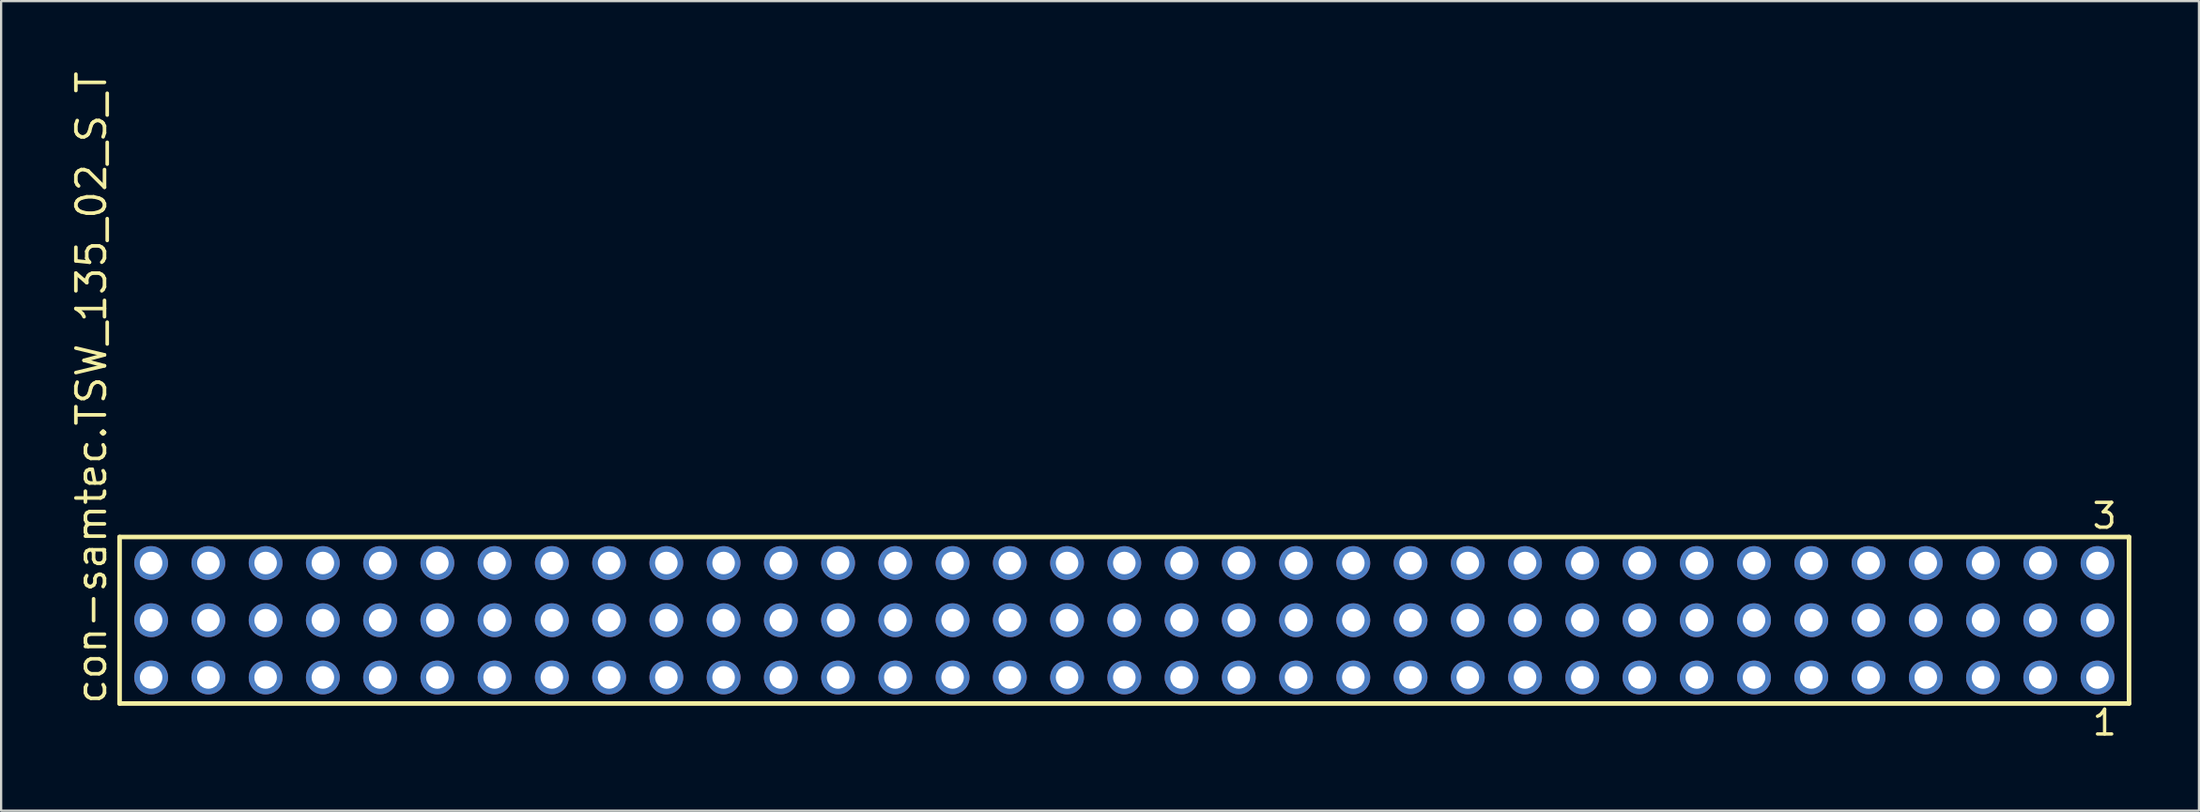
<source format=kicad_pcb>
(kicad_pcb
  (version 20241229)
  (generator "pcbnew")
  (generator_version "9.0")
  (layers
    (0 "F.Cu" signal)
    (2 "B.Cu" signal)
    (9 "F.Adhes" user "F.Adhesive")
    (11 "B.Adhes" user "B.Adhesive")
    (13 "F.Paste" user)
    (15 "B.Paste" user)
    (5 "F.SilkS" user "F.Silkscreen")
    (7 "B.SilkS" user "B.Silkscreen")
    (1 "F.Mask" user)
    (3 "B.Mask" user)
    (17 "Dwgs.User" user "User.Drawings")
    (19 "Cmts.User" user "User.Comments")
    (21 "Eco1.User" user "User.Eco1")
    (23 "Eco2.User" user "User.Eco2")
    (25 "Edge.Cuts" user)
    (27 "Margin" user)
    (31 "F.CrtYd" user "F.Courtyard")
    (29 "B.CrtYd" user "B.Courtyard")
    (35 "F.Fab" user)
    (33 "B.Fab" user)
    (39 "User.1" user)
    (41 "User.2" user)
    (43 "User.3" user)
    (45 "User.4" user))
  (footprint "con-samtec.TSW_135_02_S_T"
    (layer "F.Cu")
    (at 46.835 24.477)
    (property "Reference" "con-samtec.TSW_135_02_S_T" (at -45.085 3.81 90) (layer "F.SilkS") (effects (font (size 1.27 1.27) (thickness 0.16)) (justify left bottom)))
    (attr through_hole)
    (fp_line (start -44.579 -3.695) (end 44.579 -3.695) (stroke (width 0.203) (type default)) (layer "F.SilkS"))
    (fp_line (start -44.579 3.695) (end -44.579 -3.695) (stroke (width 0.203) (type default)) (layer "F.SilkS"))
    (fp_line (start 44.579 -3.695) (end 44.579 3.695) (stroke (width 0.203) (type default)) (layer "F.SilkS"))
    (fp_line (start 44.579 3.695) (end -44.579 3.695) (stroke (width 0.203) (type default)) (layer "F.SilkS"))
    (fp_rect (start -43.53 -2.19) (end -42.83 -2.89) (stroke (width 0.05) (type default)) (fill no) (layer "F.Fab"))
    (fp_rect (start -43.53 0.35) (end -42.83 -0.35) (stroke (width 0.05) (type default)) (fill no) (layer "F.Fab"))
    (fp_rect (start -43.53 2.89) (end -42.83 2.19) (stroke (width 0.05) (type default)) (fill no) (layer "F.Fab"))
    (fp_rect (start -40.99 -2.19) (end -40.29 -2.89) (stroke (width 0.05) (type default)) (fill no) (layer "F.Fab"))
    (fp_rect (start -40.99 0.35) (end -40.29 -0.35) (stroke (width 0.05) (type default)) (fill no) (layer "F.Fab"))
    (fp_rect (start -40.99 2.89) (end -40.29 2.19) (stroke (width 0.05) (type default)) (fill no) (layer "F.Fab"))
    (fp_rect (start -38.45 -2.19) (end -37.75 -2.89) (stroke (width 0.05) (type default)) (fill no) (layer "F.Fab"))
    (fp_rect (start -38.45 0.35) (end -37.75 -0.35) (stroke (width 0.05) (type default)) (fill no) (layer "F.Fab"))
    (fp_rect (start -38.45 2.89) (end -37.75 2.19) (stroke (width 0.05) (type default)) (fill no) (layer "F.Fab"))
    (fp_rect (start -35.91 -2.19) (end -35.21 -2.89) (stroke (width 0.05) (type default)) (fill no) (layer "F.Fab"))
    (fp_rect (start -35.91 0.35) (end -35.21 -0.35) (stroke (width 0.05) (type default)) (fill no) (layer "F.Fab"))
    (fp_rect (start -35.91 2.89) (end -35.21 2.19) (stroke (width 0.05) (type default)) (fill no) (layer "F.Fab"))
    (fp_rect (start -33.37 -2.19) (end -32.67 -2.89) (stroke (width 0.05) (type default)) (fill no) (layer "F.Fab"))
    (fp_rect (start -33.37 0.35) (end -32.67 -0.35) (stroke (width 0.05) (type default)) (fill no) (layer "F.Fab"))
    (fp_rect (start -33.37 2.89) (end -32.67 2.19) (stroke (width 0.05) (type default)) (fill no) (layer "F.Fab"))
    (fp_rect (start -30.83 -2.19) (end -30.13 -2.89) (stroke (width 0.05) (type default)) (fill no) (layer "F.Fab"))
    (fp_rect (start -30.83 0.35) (end -30.13 -0.35) (stroke (width 0.05) (type default)) (fill no) (layer "F.Fab"))
    (fp_rect (start -30.83 2.89) (end -30.13 2.19) (stroke (width 0.05) (type default)) (fill no) (layer "F.Fab"))
    (fp_rect (start -28.29 -2.19) (end -27.59 -2.89) (stroke (width 0.05) (type default)) (fill no) (layer "F.Fab"))
    (fp_rect (start -28.29 0.35) (end -27.59 -0.35) (stroke (width 0.05) (type default)) (fill no) (layer "F.Fab"))
    (fp_rect (start -28.29 2.89) (end -27.59 2.19) (stroke (width 0.05) (type default)) (fill no) (layer "F.Fab"))
    (fp_rect (start -25.75 -2.19) (end -25.05 -2.89) (stroke (width 0.05) (type default)) (fill no) (layer "F.Fab"))
    (fp_rect (start -25.75 0.35) (end -25.05 -0.35) (stroke (width 0.05) (type default)) (fill no) (layer "F.Fab"))
    (fp_rect (start -25.75 2.89) (end -25.05 2.19) (stroke (width 0.05) (type default)) (fill no) (layer "F.Fab"))
    (fp_rect (start -23.21 -2.19) (end -22.51 -2.89) (stroke (width 0.05) (type default)) (fill no) (layer "F.Fab"))
    (fp_rect (start -23.21 0.35) (end -22.51 -0.35) (stroke (width 0.05) (type default)) (fill no) (layer "F.Fab"))
    (fp_rect (start -23.21 2.89) (end -22.51 2.19) (stroke (width 0.05) (type default)) (fill no) (layer "F.Fab"))
    (fp_rect (start -20.67 -2.19) (end -19.97 -2.89) (stroke (width 0.05) (type default)) (fill no) (layer "F.Fab"))
    (fp_rect (start -20.67 0.35) (end -19.97 -0.35) (stroke (width 0.05) (type default)) (fill no) (layer "F.Fab"))
    (fp_rect (start -20.67 2.89) (end -19.97 2.19) (stroke (width 0.05) (type default)) (fill no) (layer "F.Fab"))
    (fp_rect (start -18.13 -2.19) (end -17.43 -2.89) (stroke (width 0.05) (type default)) (fill no) (layer "F.Fab"))
    (fp_rect (start -18.13 0.35) (end -17.43 -0.35) (stroke (width 0.05) (type default)) (fill no) (layer "F.Fab"))
    (fp_rect (start -18.13 2.89) (end -17.43 2.19) (stroke (width 0.05) (type default)) (fill no) (layer "F.Fab"))
    (fp_rect (start -15.59 -2.19) (end -14.89 -2.89) (stroke (width 0.05) (type default)) (fill no) (layer "F.Fab"))
    (fp_rect (start -15.59 0.35) (end -14.89 -0.35) (stroke (width 0.05) (type default)) (fill no) (layer "F.Fab"))
    (fp_rect (start -15.59 2.89) (end -14.89 2.19) (stroke (width 0.05) (type default)) (fill no) (layer "F.Fab"))
    (fp_rect (start -13.05 -2.19) (end -12.35 -2.89) (stroke (width 0.05) (type default)) (fill no) (layer "F.Fab"))
    (fp_rect (start -13.05 0.35) (end -12.35 -0.35) (stroke (width 0.05) (type default)) (fill no) (layer "F.Fab"))
    (fp_rect (start -13.05 2.89) (end -12.35 2.19) (stroke (width 0.05) (type default)) (fill no) (layer "F.Fab"))
    (fp_rect (start -10.51 -2.19) (end -9.81 -2.89) (stroke (width 0.05) (type default)) (fill no) (layer "F.Fab"))
    (fp_rect (start -10.51 0.35) (end -9.81 -0.35) (stroke (width 0.05) (type default)) (fill no) (layer "F.Fab"))
    (fp_rect (start -10.51 2.89) (end -9.81 2.19) (stroke (width 0.05) (type default)) (fill no) (layer "F.Fab"))
    (fp_rect (start -7.97 -2.19) (end -7.27 -2.89) (stroke (width 0.05) (type default)) (fill no) (layer "F.Fab"))
    (fp_rect (start -7.97 0.35) (end -7.27 -0.35) (stroke (width 0.05) (type default)) (fill no) (layer "F.Fab"))
    (fp_rect (start -7.97 2.89) (end -7.27 2.19) (stroke (width 0.05) (type default)) (fill no) (layer "F.Fab"))
    (fp_rect (start -5.43 -2.19) (end -4.73 -2.89) (stroke (width 0.05) (type default)) (fill no) (layer "F.Fab"))
    (fp_rect (start -5.43 0.35) (end -4.73 -0.35) (stroke (width 0.05) (type default)) (fill no) (layer "F.Fab"))
    (fp_rect (start -5.43 2.89) (end -4.73 2.19) (stroke (width 0.05) (type default)) (fill no) (layer "F.Fab"))
    (fp_rect (start -2.89 -2.19) (end -2.19 -2.89) (stroke (width 0.05) (type default)) (fill no) (layer "F.Fab"))
    (fp_rect (start -2.89 0.35) (end -2.19 -0.35) (stroke (width 0.05) (type default)) (fill no) (layer "F.Fab"))
    (fp_rect (start -2.89 2.89) (end -2.19 2.19) (stroke (width 0.05) (type default)) (fill no) (layer "F.Fab"))
    (fp_rect (start -0.35 -2.19) (end 0.35 -2.89) (stroke (width 0.05) (type default)) (fill no) (layer "F.Fab"))
    (fp_rect (start -0.35 0.35) (end 0.35 -0.35) (stroke (width 0.05) (type default)) (fill no) (layer "F.Fab"))
    (fp_rect (start -0.35 2.89) (end 0.35 2.19) (stroke (width 0.05) (type default)) (fill no) (layer "F.Fab"))
    (fp_rect (start 2.19 -2.19) (end 2.89 -2.89) (stroke (width 0.05) (type default)) (fill no) (layer "F.Fab"))
    (fp_rect (start 2.19 0.35) (end 2.89 -0.35) (stroke (width 0.05) (type default)) (fill no) (layer "F.Fab"))
    (fp_rect (start 2.19 2.89) (end 2.89 2.19) (stroke (width 0.05) (type default)) (fill no) (layer "F.Fab"))
    (fp_rect (start 4.73 -2.19) (end 5.43 -2.89) (stroke (width 0.05) (type default)) (fill no) (layer "F.Fab"))
    (fp_rect (start 4.73 0.35) (end 5.43 -0.35) (stroke (width 0.05) (type default)) (fill no) (layer "F.Fab"))
    (fp_rect (start 4.73 2.89) (end 5.43 2.19) (stroke (width 0.05) (type default)) (fill no) (layer "F.Fab"))
    (fp_rect (start 7.27 -2.19) (end 7.97 -2.89) (stroke (width 0.05) (type default)) (fill no) (layer "F.Fab"))
    (fp_rect (start 7.27 0.35) (end 7.97 -0.35) (stroke (width 0.05) (type default)) (fill no) (layer "F.Fab"))
    (fp_rect (start 7.27 2.89) (end 7.97 2.19) (stroke (width 0.05) (type default)) (fill no) (layer "F.Fab"))
    (fp_rect (start 9.81 -2.19) (end 10.51 -2.89) (stroke (width 0.05) (type default)) (fill no) (layer "F.Fab"))
    (fp_rect (start 9.81 0.35) (end 10.51 -0.35) (stroke (width 0.05) (type default)) (fill no) (layer "F.Fab"))
    (fp_rect (start 9.81 2.89) (end 10.51 2.19) (stroke (width 0.05) (type default)) (fill no) (layer "F.Fab"))
    (fp_rect (start 12.35 -2.19) (end 13.05 -2.89) (stroke (width 0.05) (type default)) (fill no) (layer "F.Fab"))
    (fp_rect (start 12.35 0.35) (end 13.05 -0.35) (stroke (width 0.05) (type default)) (fill no) (layer "F.Fab"))
    (fp_rect (start 12.35 2.89) (end 13.05 2.19) (stroke (width 0.05) (type default)) (fill no) (layer "F.Fab"))
    (fp_rect (start 14.89 -2.19) (end 15.59 -2.89) (stroke (width 0.05) (type default)) (fill no) (layer "F.Fab"))
    (fp_rect (start 14.89 0.35) (end 15.59 -0.35) (stroke (width 0.05) (type default)) (fill no) (layer "F.Fab"))
    (fp_rect (start 14.89 2.89) (end 15.59 2.19) (stroke (width 0.05) (type default)) (fill no) (layer "F.Fab"))
    (fp_rect (start 17.43 -2.19) (end 18.13 -2.89) (stroke (width 0.05) (type default)) (fill no) (layer "F.Fab"))
    (fp_rect (start 17.43 0.35) (end 18.13 -0.35) (stroke (width 0.05) (type default)) (fill no) (layer "F.Fab"))
    (fp_rect (start 17.43 2.89) (end 18.13 2.19) (stroke (width 0.05) (type default)) (fill no) (layer "F.Fab"))
    (fp_rect (start 19.97 -2.19) (end 20.67 -2.89) (stroke (width 0.05) (type default)) (fill no) (layer "F.Fab"))
    (fp_rect (start 19.97 0.35) (end 20.67 -0.35) (stroke (width 0.05) (type default)) (fill no) (layer "F.Fab"))
    (fp_rect (start 19.97 2.89) (end 20.67 2.19) (stroke (width 0.05) (type default)) (fill no) (layer "F.Fab"))
    (fp_rect (start 22.51 -2.19) (end 23.21 -2.89) (stroke (width 0.05) (type default)) (fill no) (layer "F.Fab"))
    (fp_rect (start 22.51 0.35) (end 23.21 -0.35) (stroke (width 0.05) (type default)) (fill no) (layer "F.Fab"))
    (fp_rect (start 22.51 2.89) (end 23.21 2.19) (stroke (width 0.05) (type default)) (fill no) (layer "F.Fab"))
    (fp_rect (start 25.05 -2.19) (end 25.75 -2.89) (stroke (width 0.05) (type default)) (fill no) (layer "F.Fab"))
    (fp_rect (start 25.05 0.35) (end 25.75 -0.35) (stroke (width 0.05) (type default)) (fill no) (layer "F.Fab"))
    (fp_rect (start 25.05 2.89) (end 25.75 2.19) (stroke (width 0.05) (type default)) (fill no) (layer "F.Fab"))
    (fp_rect (start 27.59 -2.19) (end 28.29 -2.89) (stroke (width 0.05) (type default)) (fill no) (layer "F.Fab"))
    (fp_rect (start 27.59 0.35) (end 28.29 -0.35) (stroke (width 0.05) (type default)) (fill no) (layer "F.Fab"))
    (fp_rect (start 27.59 2.89) (end 28.29 2.19) (stroke (width 0.05) (type default)) (fill no) (layer "F.Fab"))
    (fp_rect (start 30.13 -2.19) (end 30.83 -2.89) (stroke (width 0.05) (type default)) (fill no) (layer "F.Fab"))
    (fp_rect (start 30.13 0.35) (end 30.83 -0.35) (stroke (width 0.05) (type default)) (fill no) (layer "F.Fab"))
    (fp_rect (start 30.13 2.89) (end 30.83 2.19) (stroke (width 0.05) (type default)) (fill no) (layer "F.Fab"))
    (fp_rect (start 32.67 -2.19) (end 33.37 -2.89) (stroke (width 0.05) (type default)) (fill no) (layer "F.Fab"))
    (fp_rect (start 32.67 0.35) (end 33.37 -0.35) (stroke (width 0.05) (type default)) (fill no) (layer "F.Fab"))
    (fp_rect (start 32.67 2.89) (end 33.37 2.19) (stroke (width 0.05) (type default)) (fill no) (layer "F.Fab"))
    (fp_rect (start 35.21 -2.19) (end 35.91 -2.89) (stroke (width 0.05) (type default)) (fill no) (layer "F.Fab"))
    (fp_rect (start 35.21 0.35) (end 35.91 -0.35) (stroke (width 0.05) (type default)) (fill no) (layer "F.Fab"))
    (fp_rect (start 35.21 2.89) (end 35.91 2.19) (stroke (width 0.05) (type default)) (fill no) (layer "F.Fab"))
    (fp_rect (start 37.75 -2.19) (end 38.45 -2.89) (stroke (width 0.05) (type default)) (fill no) (layer "F.Fab"))
    (fp_rect (start 37.75 0.35) (end 38.45 -0.35) (stroke (width 0.05) (type default)) (fill no) (layer "F.Fab"))
    (fp_rect (start 37.75 2.89) (end 38.45 2.19) (stroke (width 0.05) (type default)) (fill no) (layer "F.Fab"))
    (fp_rect (start 40.29 -2.19) (end 40.99 -2.89) (stroke (width 0.05) (type default)) (fill no) (layer "F.Fab"))
    (fp_rect (start 40.29 0.35) (end 40.99 -0.35) (stroke (width 0.05) (type default)) (fill no) (layer "F.Fab"))
    (fp_rect (start 40.29 2.89) (end 40.99 2.19) (stroke (width 0.05) (type default)) (fill no) (layer "F.Fab"))
    (fp_rect (start 42.83 -2.19) (end 43.53 -2.89) (stroke (width 0.05) (type default)) (fill no) (layer "F.Fab"))
    (fp_rect (start 42.83 0.35) (end 43.53 -0.35) (stroke (width 0.05) (type default)) (fill no) (layer "F.Fab"))
    (fp_rect (start 42.83 2.89) (end 43.53 2.19) (stroke (width 0.05) (type default)) (fill no) (layer "F.Fab"))
    (fp_text user "3" (at 42.868 -3.989 0) (layer "F.SilkS") (effects (font (size 1.1 1.1) (thickness 0.15)) (justify left bottom)))
    (fp_text user "1" (at 42.872 5.188 0) (layer "F.SilkS") (effects (font (size 1.1 1.1) (thickness 0.15)) (justify left bottom)))
    (pad "1" thru_hole circle (at 43.18 2.54 180) (size 1.5 1.5) (drill 1) (layers "*.Cu" "*.Mask"))
    (pad "2" thru_hole circle (at 43.18 0 180) (size 1.5 1.5) (drill 1) (layers "*.Cu" "*.Mask"))
    (pad "3" thru_hole circle (at 43.18 -2.54 180) (size 1.5 1.5) (drill 1) (layers "*.Cu" "*.Mask"))
    (pad "4" thru_hole circle (at 40.64 2.54 180) (size 1.5 1.5) (drill 1) (layers "*.Cu" "*.Mask"))
    (pad "5" thru_hole circle (at 40.64 0 180) (size 1.5 1.5) (drill 1) (layers "*.Cu" "*.Mask"))
    (pad "6" thru_hole circle (at 40.64 -2.54 180) (size 1.5 1.5) (drill 1) (layers "*.Cu" "*.Mask"))
    (pad "7" thru_hole circle (at 38.1 2.54 180) (size 1.5 1.5) (drill 1) (layers "*.Cu" "*.Mask"))
    (pad "8" thru_hole circle (at 38.1 0 180) (size 1.5 1.5) (drill 1) (layers "*.Cu" "*.Mask"))
    (pad "9" thru_hole circle (at 38.1 -2.54 180) (size 1.5 1.5) (drill 1) (layers "*.Cu" "*.Mask"))
    (pad "10" thru_hole circle (at 35.56 2.54 180) (size 1.5 1.5) (drill 1) (layers "*.Cu" "*.Mask"))
    (pad "11" thru_hole circle (at 35.56 0 180) (size 1.5 1.5) (drill 1) (layers "*.Cu" "*.Mask"))
    (pad "12" thru_hole circle (at 35.56 -2.54 180) (size 1.5 1.5) (drill 1) (layers "*.Cu" "*.Mask"))
    (pad "13" thru_hole circle (at 33.02 2.54 180) (size 1.5 1.5) (drill 1) (layers "*.Cu" "*.Mask"))
    (pad "14" thru_hole circle (at 33.02 0 180) (size 1.5 1.5) (drill 1) (layers "*.Cu" "*.Mask"))
    (pad "15" thru_hole circle (at 33.02 -2.54 180) (size 1.5 1.5) (drill 1) (layers "*.Cu" "*.Mask"))
    (pad "16" thru_hole circle (at 30.48 2.54 180) (size 1.5 1.5) (drill 1) (layers "*.Cu" "*.Mask"))
    (pad "17" thru_hole circle (at 30.48 0 180) (size 1.5 1.5) (drill 1) (layers "*.Cu" "*.Mask"))
    (pad "18" thru_hole circle (at 30.48 -2.54 180) (size 1.5 1.5) (drill 1) (layers "*.Cu" "*.Mask"))
    (pad "19" thru_hole circle (at 27.94 2.54 180) (size 1.5 1.5) (drill 1) (layers "*.Cu" "*.Mask"))
    (pad "20" thru_hole circle (at 27.94 0 180) (size 1.5 1.5) (drill 1) (layers "*.Cu" "*.Mask"))
    (pad "21" thru_hole circle (at 27.94 -2.54 180) (size 1.5 1.5) (drill 1) (layers "*.Cu" "*.Mask"))
    (pad "22" thru_hole circle (at 25.4 2.54 180) (size 1.5 1.5) (drill 1) (layers "*.Cu" "*.Mask"))
    (pad "23" thru_hole circle (at 25.4 0 180) (size 1.5 1.5) (drill 1) (layers "*.Cu" "*.Mask"))
    (pad "24" thru_hole circle (at 25.4 -2.54 180) (size 1.5 1.5) (drill 1) (layers "*.Cu" "*.Mask"))
    (pad "25" thru_hole circle (at 22.86 2.54 180) (size 1.5 1.5) (drill 1) (layers "*.Cu" "*.Mask"))
    (pad "26" thru_hole circle (at 22.86 0 180) (size 1.5 1.5) (drill 1) (layers "*.Cu" "*.Mask"))
    (pad "27" thru_hole circle (at 22.86 -2.54 180) (size 1.5 1.5) (drill 1) (layers "*.Cu" "*.Mask"))
    (pad "28" thru_hole circle (at 20.32 2.54 180) (size 1.5 1.5) (drill 1) (layers "*.Cu" "*.Mask"))
    (pad "29" thru_hole circle (at 20.32 0 180) (size 1.5 1.5) (drill 1) (layers "*.Cu" "*.Mask"))
    (pad "30" thru_hole circle (at 20.32 -2.54 180) (size 1.5 1.5) (drill 1) (layers "*.Cu" "*.Mask"))
    (pad "31" thru_hole circle (at 17.78 2.54 180) (size 1.5 1.5) (drill 1) (layers "*.Cu" "*.Mask"))
    (pad "32" thru_hole circle (at 17.78 0 180) (size 1.5 1.5) (drill 1) (layers "*.Cu" "*.Mask"))
    (pad "33" thru_hole circle (at 17.78 -2.54 180) (size 1.5 1.5) (drill 1) (layers "*.Cu" "*.Mask"))
    (pad "34" thru_hole circle (at 15.24 2.54 180) (size 1.5 1.5) (drill 1) (layers "*.Cu" "*.Mask"))
    (pad "35" thru_hole circle (at 15.24 0 180) (size 1.5 1.5) (drill 1) (layers "*.Cu" "*.Mask"))
    (pad "36" thru_hole circle (at 15.24 -2.54 180) (size 1.5 1.5) (drill 1) (layers "*.Cu" "*.Mask"))
    (pad "37" thru_hole circle (at 12.7 2.54 180) (size 1.5 1.5) (drill 1) (layers "*.Cu" "*.Mask"))
    (pad "38" thru_hole circle (at 12.7 0 180) (size 1.5 1.5) (drill 1) (layers "*.Cu" "*.Mask"))
    (pad "39" thru_hole circle (at 12.7 -2.54 180) (size 1.5 1.5) (drill 1) (layers "*.Cu" "*.Mask"))
    (pad "40" thru_hole circle (at 10.16 2.54 180) (size 1.5 1.5) (drill 1) (layers "*.Cu" "*.Mask"))
    (pad "41" thru_hole circle (at 10.16 0 180) (size 1.5 1.5) (drill 1) (layers "*.Cu" "*.Mask"))
    (pad "42" thru_hole circle (at 10.16 -2.54 180) (size 1.5 1.5) (drill 1) (layers "*.Cu" "*.Mask"))
    (pad "43" thru_hole circle (at 7.62 2.54 180) (size 1.5 1.5) (drill 1) (layers "*.Cu" "*.Mask"))
    (pad "44" thru_hole circle (at 7.62 0 180) (size 1.5 1.5) (drill 1) (layers "*.Cu" "*.Mask"))
    (pad "45" thru_hole circle (at 7.62 -2.54 180) (size 1.5 1.5) (drill 1) (layers "*.Cu" "*.Mask"))
    (pad "46" thru_hole circle (at 5.08 2.54 180) (size 1.5 1.5) (drill 1) (layers "*.Cu" "*.Mask"))
    (pad "47" thru_hole circle (at 5.08 0 180) (size 1.5 1.5) (drill 1) (layers "*.Cu" "*.Mask"))
    (pad "48" thru_hole circle (at 5.08 -2.54 180) (size 1.5 1.5) (drill 1) (layers "*.Cu" "*.Mask"))
    (pad "49" thru_hole circle (at 2.54 2.54 180) (size 1.5 1.5) (drill 1) (layers "*.Cu" "*.Mask"))
    (pad "50" thru_hole circle (at 2.54 0 180) (size 1.5 1.5) (drill 1) (layers "*.Cu" "*.Mask"))
    (pad "51" thru_hole circle (at 2.54 -2.54 180) (size 1.5 1.5) (drill 1) (layers "*.Cu" "*.Mask"))
    (pad "52" thru_hole circle (at 0 2.54 180) (size 1.5 1.5) (drill 1) (layers "*.Cu" "*.Mask"))
    (pad "53" thru_hole circle (at 0 0 180) (size 1.5 1.5) (drill 1) (layers "*.Cu" "*.Mask"))
    (pad "54" thru_hole circle (at 0 -2.54 180) (size 1.5 1.5) (drill 1) (layers "*.Cu" "*.Mask"))
    (pad "55" thru_hole circle (at -2.54 2.54 180) (size 1.5 1.5) (drill 1) (layers "*.Cu" "*.Mask"))
    (pad "56" thru_hole circle (at -2.54 0 180) (size 1.5 1.5) (drill 1) (layers "*.Cu" "*.Mask"))
    (pad "57" thru_hole circle (at -2.54 -2.54 180) (size 1.5 1.5) (drill 1) (layers "*.Cu" "*.Mask"))
    (pad "58" thru_hole circle (at -5.08 2.54 180) (size 1.5 1.5) (drill 1) (layers "*.Cu" "*.Mask"))
    (pad "59" thru_hole circle (at -5.08 0 180) (size 1.5 1.5) (drill 1) (layers "*.Cu" "*.Mask"))
    (pad "60" thru_hole circle (at -5.08 -2.54 180) (size 1.5 1.5) (drill 1) (layers "*.Cu" "*.Mask"))
    (pad "61" thru_hole circle (at -7.62 2.54 180) (size 1.5 1.5) (drill 1) (layers "*.Cu" "*.Mask"))
    (pad "62" thru_hole circle (at -7.62 0 180) (size 1.5 1.5) (drill 1) (layers "*.Cu" "*.Mask"))
    (pad "63" thru_hole circle (at -7.62 -2.54 180) (size 1.5 1.5) (drill 1) (layers "*.Cu" "*.Mask"))
    (pad "64" thru_hole circle (at -10.16 2.54 180) (size 1.5 1.5) (drill 1) (layers "*.Cu" "*.Mask"))
    (pad "65" thru_hole circle (at -10.16 0 180) (size 1.5 1.5) (drill 1) (layers "*.Cu" "*.Mask"))
    (pad "66" thru_hole circle (at -10.16 -2.54 180) (size 1.5 1.5) (drill 1) (layers "*.Cu" "*.Mask"))
    (pad "67" thru_hole circle (at -12.7 2.54 180) (size 1.5 1.5) (drill 1) (layers "*.Cu" "*.Mask"))
    (pad "68" thru_hole circle (at -12.7 0 180) (size 1.5 1.5) (drill 1) (layers "*.Cu" "*.Mask"))
    (pad "69" thru_hole circle (at -12.7 -2.54 180) (size 1.5 1.5) (drill 1) (layers "*.Cu" "*.Mask"))
    (pad "70" thru_hole circle (at -15.24 2.54 180) (size 1.5 1.5) (drill 1) (layers "*.Cu" "*.Mask"))
    (pad "71" thru_hole circle (at -15.24 0 180) (size 1.5 1.5) (drill 1) (layers "*.Cu" "*.Mask"))
    (pad "72" thru_hole circle (at -15.24 -2.54 180) (size 1.5 1.5) (drill 1) (layers "*.Cu" "*.Mask"))
    (pad "73" thru_hole circle (at -17.78 2.54 180) (size 1.5 1.5) (drill 1) (layers "*.Cu" "*.Mask"))
    (pad "74" thru_hole circle (at -17.78 0 180) (size 1.5 1.5) (drill 1) (layers "*.Cu" "*.Mask"))
    (pad "75" thru_hole circle (at -17.78 -2.54 180) (size 1.5 1.5) (drill 1) (layers "*.Cu" "*.Mask"))
    (pad "76" thru_hole circle (at -20.32 2.54 180) (size 1.5 1.5) (drill 1) (layers "*.Cu" "*.Mask"))
    (pad "77" thru_hole circle (at -20.32 0 180) (size 1.5 1.5) (drill 1) (layers "*.Cu" "*.Mask"))
    (pad "78" thru_hole circle (at -20.32 -2.54 180) (size 1.5 1.5) (drill 1) (layers "*.Cu" "*.Mask"))
    (pad "79" thru_hole circle (at -22.86 2.54 180) (size 1.5 1.5) (drill 1) (layers "*.Cu" "*.Mask"))
    (pad "80" thru_hole circle (at -22.86 0 180) (size 1.5 1.5) (drill 1) (layers "*.Cu" "*.Mask"))
    (pad "81" thru_hole circle (at -22.86 -2.54 180) (size 1.5 1.5) (drill 1) (layers "*.Cu" "*.Mask"))
    (pad "82" thru_hole circle (at -25.4 2.54 180) (size 1.5 1.5) (drill 1) (layers "*.Cu" "*.Mask"))
    (pad "83" thru_hole circle (at -25.4 0 180) (size 1.5 1.5) (drill 1) (layers "*.Cu" "*.Mask"))
    (pad "84" thru_hole circle (at -25.4 -2.54 180) (size 1.5 1.5) (drill 1) (layers "*.Cu" "*.Mask"))
    (pad "85" thru_hole circle (at -27.94 2.54 180) (size 1.5 1.5) (drill 1) (layers "*.Cu" "*.Mask"))
    (pad "86" thru_hole circle (at -27.94 0 180) (size 1.5 1.5) (drill 1) (layers "*.Cu" "*.Mask"))
    (pad "87" thru_hole circle (at -27.94 -2.54 180) (size 1.5 1.5) (drill 1) (layers "*.Cu" "*.Mask"))
    (pad "88" thru_hole circle (at -30.48 2.54 180) (size 1.5 1.5) (drill 1) (layers "*.Cu" "*.Mask"))
    (pad "89" thru_hole circle (at -30.48 0 180) (size 1.5 1.5) (drill 1) (layers "*.Cu" "*.Mask"))
    (pad "90" thru_hole circle (at -30.48 -2.54 180) (size 1.5 1.5) (drill 1) (layers "*.Cu" "*.Mask"))
    (pad "91" thru_hole circle (at -33.02 2.54 180) (size 1.5 1.5) (drill 1) (layers "*.Cu" "*.Mask"))
    (pad "92" thru_hole circle (at -33.02 0 180) (size 1.5 1.5) (drill 1) (layers "*.Cu" "*.Mask"))
    (pad "93" thru_hole circle (at -33.02 -2.54 180) (size 1.5 1.5) (drill 1) (layers "*.Cu" "*.Mask"))
    (pad "94" thru_hole circle (at -35.56 2.54 180) (size 1.5 1.5) (drill 1) (layers "*.Cu" "*.Mask"))
    (pad "95" thru_hole circle (at -35.56 0 180) (size 1.5 1.5) (drill 1) (layers "*.Cu" "*.Mask"))
    (pad "96" thru_hole circle (at -35.56 -2.54 180) (size 1.5 1.5) (drill 1) (layers "*.Cu" "*.Mask"))
    (pad "97" thru_hole circle (at -38.1 2.54 180) (size 1.5 1.5) (drill 1) (layers "*.Cu" "*.Mask"))
    (pad "98" thru_hole circle (at -38.1 0 180) (size 1.5 1.5) (drill 1) (layers "*.Cu" "*.Mask"))
    (pad "99" thru_hole circle (at -38.1 -2.54 180) (size 1.5 1.5) (drill 1) (layers "*.Cu" "*.Mask"))
    (pad "100" thru_hole circle (at -40.64 2.54 180) (size 1.5 1.5) (drill 1) (layers "*.Cu" "*.Mask"))
    (pad "101" thru_hole circle (at -40.64 0 180) (size 1.5 1.5) (drill 1) (layers "*.Cu" "*.Mask"))
    (pad "102" thru_hole circle (at -40.64 -2.54 180) (size 1.5 1.5) (drill 1) (layers "*.Cu" "*.Mask"))
    (pad "103" thru_hole circle (at -43.18 2.54 180) (size 1.5 1.5) (drill 1) (layers "*.Cu" "*.Mask"))
    (pad "104" thru_hole circle (at -43.18 0 180) (size 1.5 1.5) (drill 1) (layers "*.Cu" "*.Mask"))
    (pad "105" thru_hole circle (at -43.18 -2.54 180) (size 1.5 1.5) (drill 1) (layers "*.Cu" "*.Mask")))
  (gr_rect
    (start -3 -3)
    (end 94.516 32.928)
    (stroke (width 0.1) (type default))
    (fill no)
    (layer "Edge.Cuts")))
</source>
